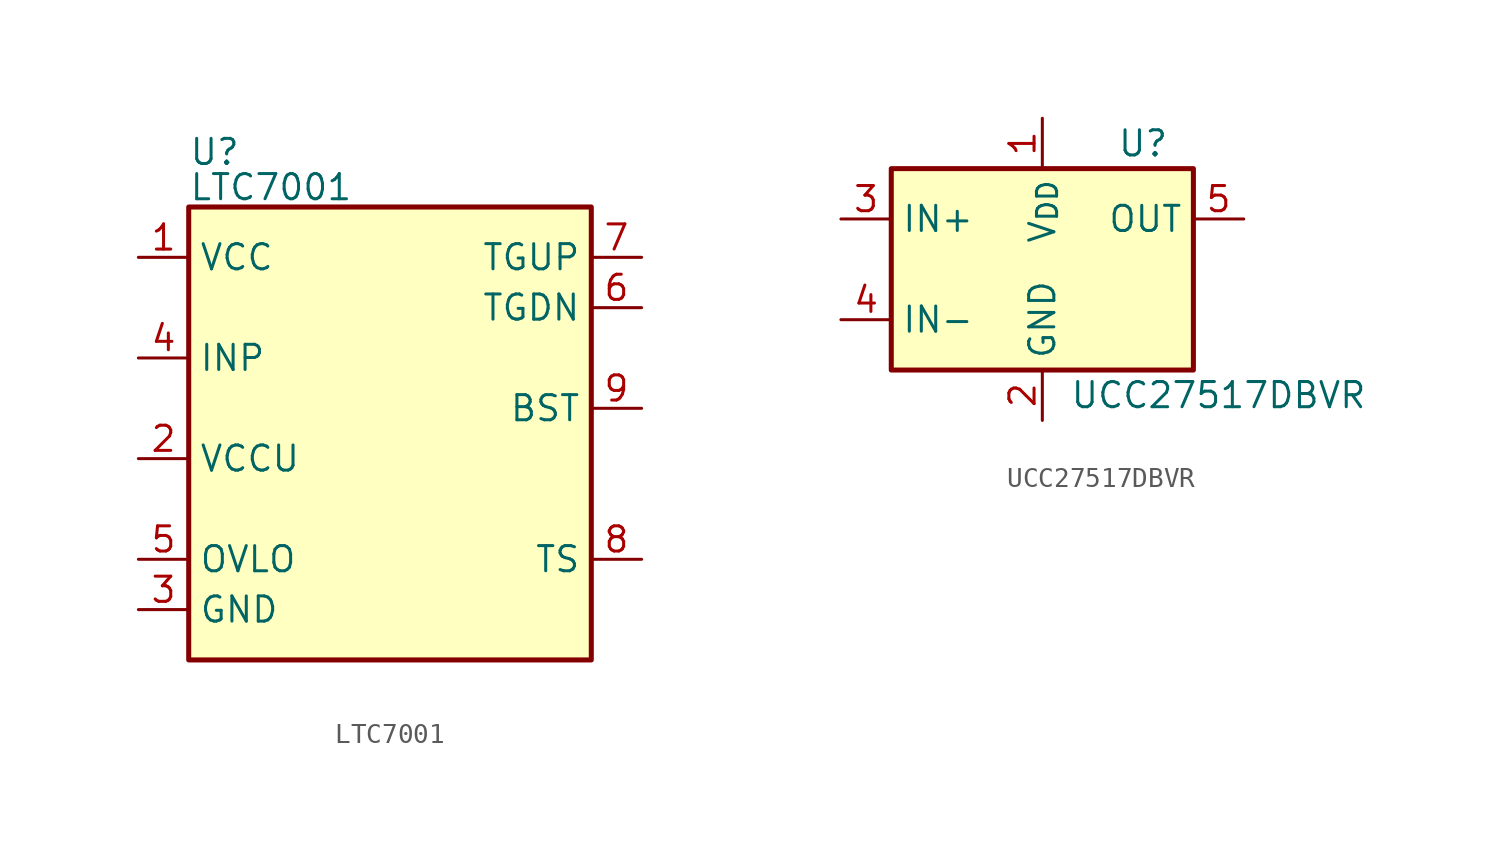
<source format=kicad_sym>
(kicad_symbol_lib
  (version 20241209)
  (generator "kicad_symbol_editor")
  (generator_version "9.0")
  (symbol "LTC7001"
    (property "Reference" "U"
      (at -10.16 12.192 0)
      (effects (font (size 1.27 1.27)) (justify left bottom)))
    (property "Value" "LTC7001"
      (at -10.16 10.414 0)
      (effects (font (size 1.27 1.27)) (justify left bottom)))
    (symbol "LTC7001_0_1"
      (rectangle (start -10.16 10.16) (end 10.16 -12.7) (stroke (width 0.254) (type default)) (fill (type background))))
    (symbol "LTC7001_1_1"
      (pin power_in line (at -12.7 7.62 0) (length 2.54) (name "VCC" (effects (font (size 1.27 1.27)))) (number "1" (effects (font (size 1.27 1.27)))))
      (pin input line (at -12.7 2.54 0) (length 2.54) (name "INP" (effects (font (size 1.27 1.27)))) (number "4" (effects (font (size 1.27 1.27)))))
      (pin input line (at -12.7 -2.54 0) (length 2.54) (name "VCCU" (effects (font (size 1.27 1.27)))) (number "2" (effects (font (size 1.27 1.27)))))
      (pin input line (at -12.7 -7.62 0) (length 2.54) (name "OVLO" (effects (font (size 1.27 1.27)))) (number "5" (effects (font (size 1.27 1.27)))))
      (pin power_in line (at -12.7 -10.16 0) (length 2.54) (hide yes) (name "GND" (effects (font (size 1.27 1.27)))) (number "11" (effects (font (size 1.27 1.27)))))
      (pin power_in line (at -12.7 -10.16 0) (length 2.54) (name "GND" (effects (font (size 1.27 1.27)))) (number "3" (effects (font (size 1.27 1.27)))))
      (pin output line (at 12.7 7.62 180) (length 2.54) (name "TGUP" (effects (font (size 1.27 1.27)))) (number "7" (effects (font (size 1.27 1.27)))))
      (pin output line (at 12.7 5.08 180) (length 2.54) (name "TGDN" (effects (font (size 1.27 1.27)))) (number "6" (effects (font (size 1.27 1.27)))))
      (pin output line (at 12.7 0 180) (length 2.54) (name "BST" (effects (font (size 1.27 1.27)))) (number "9" (effects (font (size 1.27 1.27)))))
      (pin input line (at 12.7 -7.62 180) (length 2.54) (name "TS" (effects (font (size 1.27 1.27)))) (number "8" (effects (font (size 1.27 1.27)))))
      (pin no_connect line (at 12.7 -10.16 180) (length 2.54) (hide yes) (name "NC" (effects (font (size 1.27 1.27)))) (number "10" (effects (font (size 1.27 1.27)))))))
  (symbol "UCC27517DBVR"
    (property "Reference" "U"
      (at 5.08 6.35 0)
      (effects (font (size 1.27 1.27))))
    (property "Value" "UCC27517DBVR"
      (at 8.89 -6.35 0)
      (effects (font (size 1.27 1.27))))
    (symbol "UCC27517DBVR_0_1"
      (rectangle (start -7.62 5.08) (end 7.62 -5.08) (stroke (width 0.254) (type default)) (fill (type background))))
    (symbol "UCC27517DBVR_1_1"
      (pin input line (at -10.16 2.54 0) (length 2.54) (name "IN+" (effects (font (size 1.27 1.27)))) (number "3" (effects (font (size 1.27 1.27)))))
      (pin input line (at -10.16 -2.54 0) (length 2.54) (name "IN-" (effects (font (size 1.27 1.27)))) (number "4" (effects (font (size 1.27 1.27)))))
      (pin power_in line (at 0 7.62 270) (length 2.54) (name "V_{DD}" (effects (font (size 1.27 1.27)))) (number "1" (effects (font (size 1.27 1.27)))))
      (pin power_in line (at 0 -7.62 90) (length 2.54) (name "GND" (effects (font (size 1.27 1.27)))) (number "2" (effects (font (size 1.27 1.27)))))
      (pin output line (at 10.16 2.54 180) (length 2.54) (name "OUT" (effects (font (size 1.27 1.27)))) (number "5" (effects (font (size 1.27 1.27))))))))
</source>
